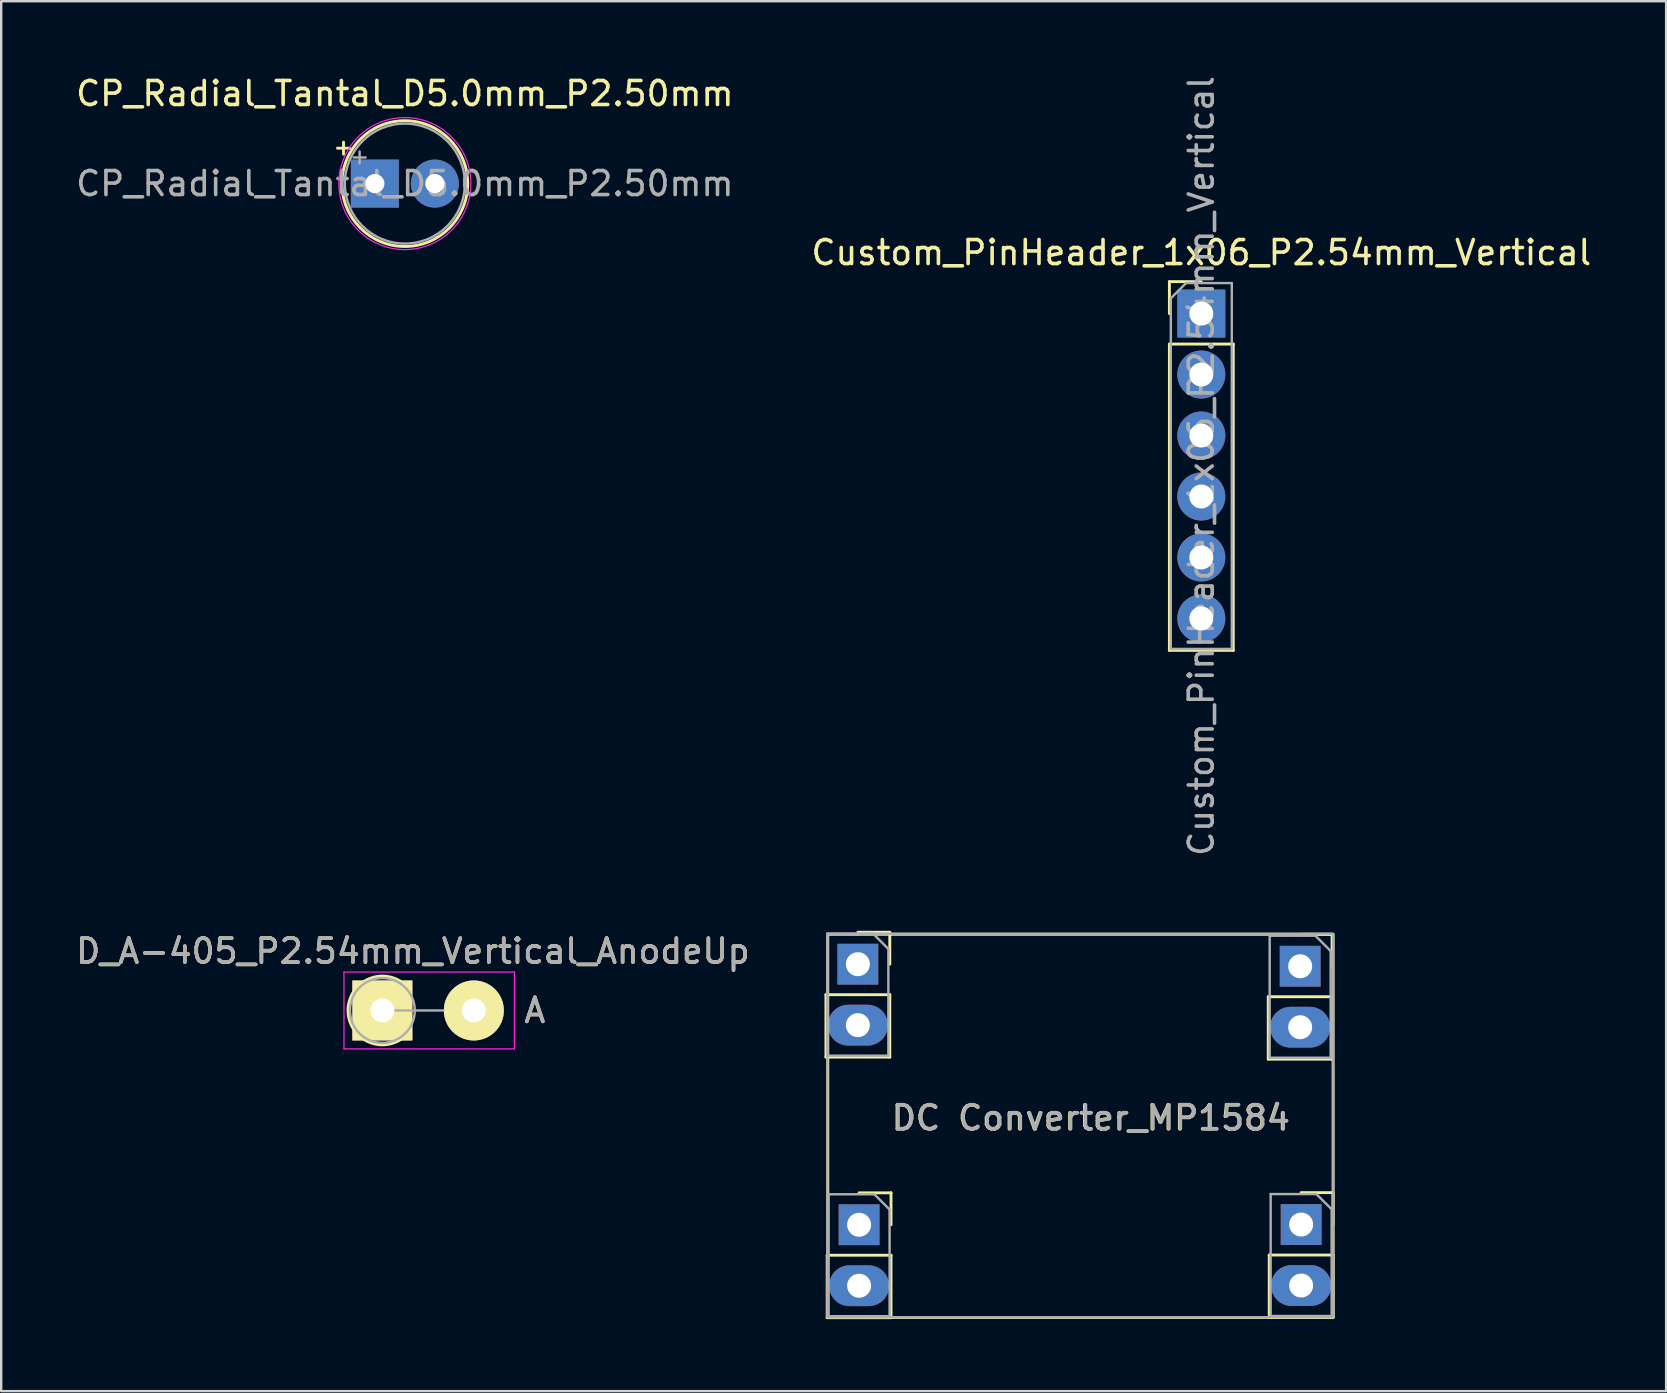
<source format=kicad_pcb>
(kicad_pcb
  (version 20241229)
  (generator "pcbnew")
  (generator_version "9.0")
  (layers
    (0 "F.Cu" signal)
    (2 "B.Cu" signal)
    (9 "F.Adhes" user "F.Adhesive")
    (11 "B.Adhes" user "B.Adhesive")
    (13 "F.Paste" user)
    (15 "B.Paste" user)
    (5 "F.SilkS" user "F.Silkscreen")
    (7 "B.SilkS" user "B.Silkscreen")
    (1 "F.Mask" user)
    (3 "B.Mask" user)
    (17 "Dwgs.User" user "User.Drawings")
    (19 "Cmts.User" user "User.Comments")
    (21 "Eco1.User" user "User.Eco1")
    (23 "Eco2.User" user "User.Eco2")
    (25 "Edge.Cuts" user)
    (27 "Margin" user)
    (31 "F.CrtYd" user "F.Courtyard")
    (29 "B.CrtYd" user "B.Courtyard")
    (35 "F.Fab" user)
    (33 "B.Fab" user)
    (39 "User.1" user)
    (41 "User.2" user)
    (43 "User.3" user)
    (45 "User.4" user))
  (footprint "D_A-405_P2.54mm_Vertical_AnodeUp"
    (layer "F.Cu")
    (at 12.879 39.044)
    (property "Reference" "D_A-405_P2.54mm_Vertical_AnodeUp" (at 1.27 -2.47 0) (layer "F.SilkS") (effects (font (size 1 1) (thickness 0.15))))
    (attr through_hole)
    (fp_arc (start 1.05385 0.968866) (mid -1.430816 -0.045469) (end 1.113239 -0.9) (stroke (width 0.12) (type solid)) (layer "F.SilkS"))
    (fp_line (start -1.6 -1.6) (end -1.6 1.6) (stroke (width 0.05) (type solid)) (layer "F.CrtYd"))
    (fp_line (start -1.6 1.6) (end 5.5 1.6) (stroke (width 0.05) (type solid)) (layer "F.CrtYd"))
    (fp_line (start 5.5 -1.6) (end -1.6 -1.6) (stroke (width 0.05) (type solid)) (layer "F.CrtYd"))
    (fp_line (start 5.5 1.6) (end 5.5 -1.6) (stroke (width 0.05) (type solid)) (layer "F.CrtYd"))
    (fp_line (start 0 0) (end 2.54 0) (stroke (width 0.1) (type solid)) (layer "F.Fab"))
    (fp_circle (center 0 0) (end 1.35 0) (stroke (width 0.1) (type solid)) (fill no) (layer "F.Fab"))
    (fp_text user "A" (at 6.35 0 0) (layer "F.SilkS") (effects (font (size 1 1) (thickness 0.15))))
    (fp_text user "${REFERENCE}" (at 1.27 -2.47 0) (layer "F.Fab") (effects (font (size 1 1) (thickness 0.15))))
    (fp_text user "A" (at 6.35 0 0) (layer "F.Fab") (effects (font (size 1 1) (thickness 0.15))))
    (pad "1" thru_hole rect (at 0 0) (size 2.5 2.5) (drill 1) (layers "*.Cu" "*.Mask" "F.SilkS"))
    (pad "2" thru_hole oval (at 3.81 0) (size 2.5 2.5) (drill 1) (layers "*.Cu" "*.Mask" "F.SilkS")))
  (footprint "Custom_PinHeader_1x06_P2.54mm_Vertical"
    (layer "F.Cu")
    (at 46.994 10.013)
    (property "Reference" "Custom_PinHeader_1x06_P2.54mm_Vertical" (at 0 -2.54 0) (layer "F.SilkS") (effects (font (size 1 1) (thickness 0.15))))
    (attr through_hole)
    (fp_line (start -1.33 -1.33) (end 0 -1.33) (stroke (width 0.12) (type solid)) (layer "F.SilkS"))
    (fp_line (start -1.33 0) (end -1.33 -1.33) (stroke (width 0.12) (type solid)) (layer "F.SilkS"))
    (fp_line (start -1.33 1.27) (end -1.33 14.03) (stroke (width 0.12) (type solid)) (layer "F.SilkS"))
    (fp_line (start -1.33 1.27) (end 1.33 1.27) (stroke (width 0.12) (type solid)) (layer "F.SilkS"))
    (fp_line (start -1.33 14.03) (end 1.33 14.03) (stroke (width 0.12) (type solid)) (layer "F.SilkS"))
    (fp_line (start 1.33 1.27) (end 1.33 14.03) (stroke (width 0.12) (type solid)) (layer "F.SilkS"))
    (fp_line (start -1.27 -0.635) (end -0.635 -1.27) (stroke (width 0.1) (type solid)) (layer "F.Fab"))
    (fp_line (start -1.27 13.97) (end -1.27 -0.635) (stroke (width 0.1) (type solid)) (layer "F.Fab"))
    (fp_line (start -0.635 -1.27) (end 1.27 -1.27) (stroke (width 0.1) (type solid)) (layer "F.Fab"))
    (fp_line (start 1.27 -1.27) (end 1.27 13.97) (stroke (width 0.1) (type solid)) (layer "F.Fab"))
    (fp_line (start 1.27 13.97) (end -1.27 13.97) (stroke (width 0.1) (type solid)) (layer "F.Fab"))
    (fp_text user "${REFERENCE}" (at 0 6.35 90) (layer "F.Fab") (effects (font (size 1 1) (thickness 0.15))))
    (pad "1" thru_hole rect (at 0 0) (size 2 2) (drill 1) (layers "*.Cu" "*.Mask"))
    (pad "2" thru_hole oval (at 0 2.54) (size 2 2) (drill 1) (layers "*.Cu" "*.Mask"))
    (pad "3" thru_hole oval (at 0 5.08) (size 2 2) (drill 1) (layers "*.Cu" "*.Mask"))
    (pad "4" thru_hole oval (at 0 7.62) (size 2 2) (drill 1) (layers "*.Cu" "*.Mask"))
    (pad "5" thru_hole oval (at 0 10.16) (size 2 2) (drill 1) (layers "*.Cu" "*.Mask"))
    (pad "6" thru_hole oval (at 0 12.7) (size 2 2) (drill 1) (layers "*.Cu" "*.Mask")))
  (footprint "CP_Radial_Tantal_D5.0mm_P2.50mm"
    (layer "F.Cu")
    (at 12.565 4.598)
    (property "Reference" "CP_Radial_Tantal_D5.0mm_P2.50mm" (at 1.25 -3.75 0) (layer "F.SilkS") (effects (font (size 1 1) (thickness 0.15))))
    (attr through_hole)
    (fp_line (start -1.555 -1.475) (end -1.055 -1.475) (stroke (width 0.12) (type solid)) (layer "F.SilkS"))
    (fp_line (start -1.305 -1.725) (end -1.305 -1.225) (stroke (width 0.12) (type solid)) (layer "F.SilkS"))
    (fp_circle (center 1.25 0) (end 3.87 0) (stroke (width 0.12) (type solid)) (fill no) (layer "F.SilkS"))
    (fp_circle (center 1.25 0) (end 4 0) (stroke (width 0.05) (type solid)) (fill no) (layer "F.CrtYd"))
    (fp_line (start -0.884 -1.087) (end -0.384 -1.087) (stroke (width 0.1) (type solid)) (layer "F.Fab"))
    (fp_line (start -0.634 -1.337) (end -0.634 -0.838) (stroke (width 0.1) (type solid)) (layer "F.Fab"))
    (fp_circle (center 1.25 0) (end 3.75 0) (stroke (width 0.1) (type solid)) (fill no) (layer "F.Fab"))
    (fp_text user "${REFERENCE}" (at 1.25 0 0) (layer "F.Fab") (effects (font (size 1 1) (thickness 0.15))))
    (pad "1" thru_hole rect (at 0 0) (size 2 2) (drill 0.8) (layers "*.Cu" "*.Mask"))
    (pad "2" thru_hole circle (at 2.5 0) (size 2 2) (drill 0.8) (layers "*.Cu" "*.Mask")))
  (footprint "DC Converter_MP1584"
    (layer "F.Cu")
    (at 42.381 42.501)
    (property "Reference" "DC Converter_MP1584" (at 0 1.016 0) (unlocked yes) (layer "F.SilkS") (effects (font (size 1 1) (thickness 0.15))))
    (attr through_hole)
    (fp_line (start -11.024 -4.115) (end -11.024 -1.515) (stroke (width 0.12) (type solid)) (layer "F.SilkS"))
    (fp_line (start -11.024 -4.115) (end -8.364 -4.115) (stroke (width 0.12) (type solid)) (layer "F.SilkS"))
    (fp_line (start -11.024 -1.515) (end -8.364 -1.515) (stroke (width 0.12) (type solid)) (layer "F.SilkS"))
    (fp_line (start -10.973 6.74) (end -10.973 9.34) (stroke (width 0.12) (type solid)) (layer "F.SilkS"))
    (fp_line (start -10.973 6.74) (end -8.313 6.74) (stroke (width 0.12) (type solid)) (layer "F.SilkS"))
    (fp_line (start -10.973 9.34) (end -8.313 9.34) (stroke (width 0.12) (type solid)) (layer "F.SilkS"))
    (fp_line (start -9.694 -6.715) (end -8.364 -6.715) (stroke (width 0.12) (type solid)) (layer "F.SilkS"))
    (fp_line (start -9.643 4.14) (end -8.313 4.14) (stroke (width 0.12) (type solid)) (layer "F.SilkS"))
    (fp_line (start -8.364 -6.715) (end -8.364 -5.385) (stroke (width 0.12) (type solid)) (layer "F.SilkS"))
    (fp_line (start -8.364 -4.115) (end -8.364 -1.515) (stroke (width 0.12) (type solid)) (layer "F.SilkS"))
    (fp_line (start -8.313 4.14) (end -8.313 5.47) (stroke (width 0.12) (type solid)) (layer "F.SilkS"))
    (fp_line (start -8.313 6.74) (end -8.313 9.34) (stroke (width 0.12) (type solid)) (layer "F.SilkS"))
    (fp_line (start 7.401 -4.029) (end 7.401 -1.429) (stroke (width 0.12) (type solid)) (layer "F.SilkS"))
    (fp_line (start 7.401 -4.029) (end 10.061 -4.029) (stroke (width 0.12) (type solid)) (layer "F.SilkS"))
    (fp_line (start 7.401 -1.429) (end 10.061 -1.429) (stroke (width 0.12) (type solid)) (layer "F.SilkS"))
    (fp_line (start 7.442 6.731) (end 7.442 9.331) (stroke (width 0.12) (type solid)) (layer "F.SilkS"))
    (fp_line (start 7.442 6.731) (end 10.102 6.731) (stroke (width 0.12) (type solid)) (layer "F.SilkS"))
    (fp_line (start 7.442 9.331) (end 10.102 9.331) (stroke (width 0.12) (type solid)) (layer "F.SilkS"))
    (fp_line (start 8.731 -6.629) (end 10.061 -6.629) (stroke (width 0.12) (type solid)) (layer "F.SilkS"))
    (fp_line (start 8.772 4.131) (end 10.102 4.131) (stroke (width 0.12) (type solid)) (layer "F.SilkS"))
    (fp_line (start 10.061 -6.629) (end 10.061 -5.299) (stroke (width 0.12) (type solid)) (layer "F.SilkS"))
    (fp_line (start 10.061 -4.029) (end 10.061 -1.429) (stroke (width 0.12) (type solid)) (layer "F.SilkS"))
    (fp_line (start 10.102 4.131) (end 10.102 5.461) (stroke (width 0.12) (type solid)) (layer "F.SilkS"))
    (fp_line (start 10.102 6.731) (end 10.102 9.331) (stroke (width 0.12) (type solid)) (layer "F.SilkS"))
    (fp_rect (start -10.947 -6.629) (end 10.102 9.331) (stroke (width 0.12) (type solid)) (fill no) (layer "F.SilkS"))
    (fp_line (start -10.964 -6.655) (end -9.059 -6.655) (stroke (width 0.1) (type solid)) (layer "F.Fab"))
    (fp_line (start -10.964 -1.575) (end -10.964 -6.655) (stroke (width 0.1) (type solid)) (layer "F.Fab"))
    (fp_line (start -10.913 4.2) (end -9.008 4.2) (stroke (width 0.1) (type solid)) (layer "F.Fab"))
    (fp_line (start -10.913 9.28) (end -10.913 4.2) (stroke (width 0.1) (type solid)) (layer "F.Fab"))
    (fp_line (start -9.059 -6.655) (end -8.424 -6.02) (stroke (width 0.1) (type solid)) (layer "F.Fab"))
    (fp_line (start -9.008 4.2) (end -8.373 4.835) (stroke (width 0.1) (type solid)) (layer "F.Fab"))
    (fp_line (start -8.424 -6.02) (end -8.424 -1.575) (stroke (width 0.1) (type solid)) (layer "F.Fab"))
    (fp_line (start -8.424 -1.575) (end -10.964 -1.575) (stroke (width 0.1) (type solid)) (layer "F.Fab"))
    (fp_line (start -8.373 4.835) (end -8.373 9.28) (stroke (width 0.1) (type solid)) (layer "F.Fab"))
    (fp_line (start -8.373 9.28) (end -10.913 9.28) (stroke (width 0.1) (type solid)) (layer "F.Fab"))
    (fp_line (start 7.461 -6.569) (end 9.366 -6.569) (stroke (width 0.1) (type solid)) (layer "F.Fab"))
    (fp_line (start 7.461 -1.489) (end 7.461 -6.569) (stroke (width 0.1) (type solid)) (layer "F.Fab"))
    (fp_line (start 7.502 4.191) (end 9.407 4.191) (stroke (width 0.1) (type solid)) (layer "F.Fab"))
    (fp_line (start 7.502 9.271) (end 7.502 4.191) (stroke (width 0.1) (type solid)) (layer "F.Fab"))
    (fp_line (start 9.366 -6.569) (end 10.001 -5.934) (stroke (width 0.1) (type solid)) (layer "F.Fab"))
    (fp_line (start 9.407 4.191) (end 10.042 4.826) (stroke (width 0.1) (type solid)) (layer "F.Fab"))
    (fp_line (start 10.001 -5.934) (end 10.001 -1.489) (stroke (width 0.1) (type solid)) (layer "F.Fab"))
    (fp_line (start 10.001 -1.489) (end 7.461 -1.489) (stroke (width 0.1) (type solid)) (layer "F.Fab"))
    (fp_line (start 10.042 4.826) (end 10.042 9.271) (stroke (width 0.1) (type solid)) (layer "F.Fab"))
    (fp_line (start 10.042 9.271) (end 7.502 9.271) (stroke (width 0.1) (type solid)) (layer "F.Fab"))
    (fp_rect (start -10.964 -6.655) (end 10.109 9.322) (stroke (width 0.1) (type solid)) (fill no) (layer "F.Fab"))
    (fp_text user "${REFERENCE}" (at 0.025 1.016 0) (unlocked yes) (layer "F.Fab") (effects (font (size 1 1) (thickness 0.15))))
    (pad "1" thru_hole rect (at 8.731 -5.299) (size 1.7 1.7) (drill 1) (layers "*.Cu" "*.Mask"))
    (pad "1" thru_hole oval (at 8.731 -2.759) (size 2.5 1.7) (drill 1) (layers "*.Cu" "*.Mask"))
    (pad "2" thru_hole rect (at 8.772 5.461) (size 1.7 1.7) (drill 1) (layers "*.Cu" "*.Mask"))
    (pad "2" thru_hole oval (at 8.772 8.001) (size 2.5 1.7) (drill 1) (layers "*.Cu" "*.Mask"))
    (pad "3" thru_hole rect (at -9.694 -5.385) (size 1.7 1.7) (drill 1) (layers "*.Cu" "*.Mask"))
    (pad "3" thru_hole oval (at -9.694 -2.845) (size 2.5 1.7) (drill 1) (layers "*.Cu" "*.Mask"))
    (pad "4" thru_hole rect (at -9.643 5.47) (size 1.7 1.7) (drill 1) (layers "*.Cu" "*.Mask"))
    (pad "4" thru_hole oval (at -9.643 8.01) (size 2.5 1.7) (drill 1) (layers "*.Cu" "*.Mask")))
  (gr_rect
    (start -3 -3)
    (end 66.357 54.901)
    (stroke (width 0.1) (type default))
    (fill no)
    (layer "Edge.Cuts")))
</source>
